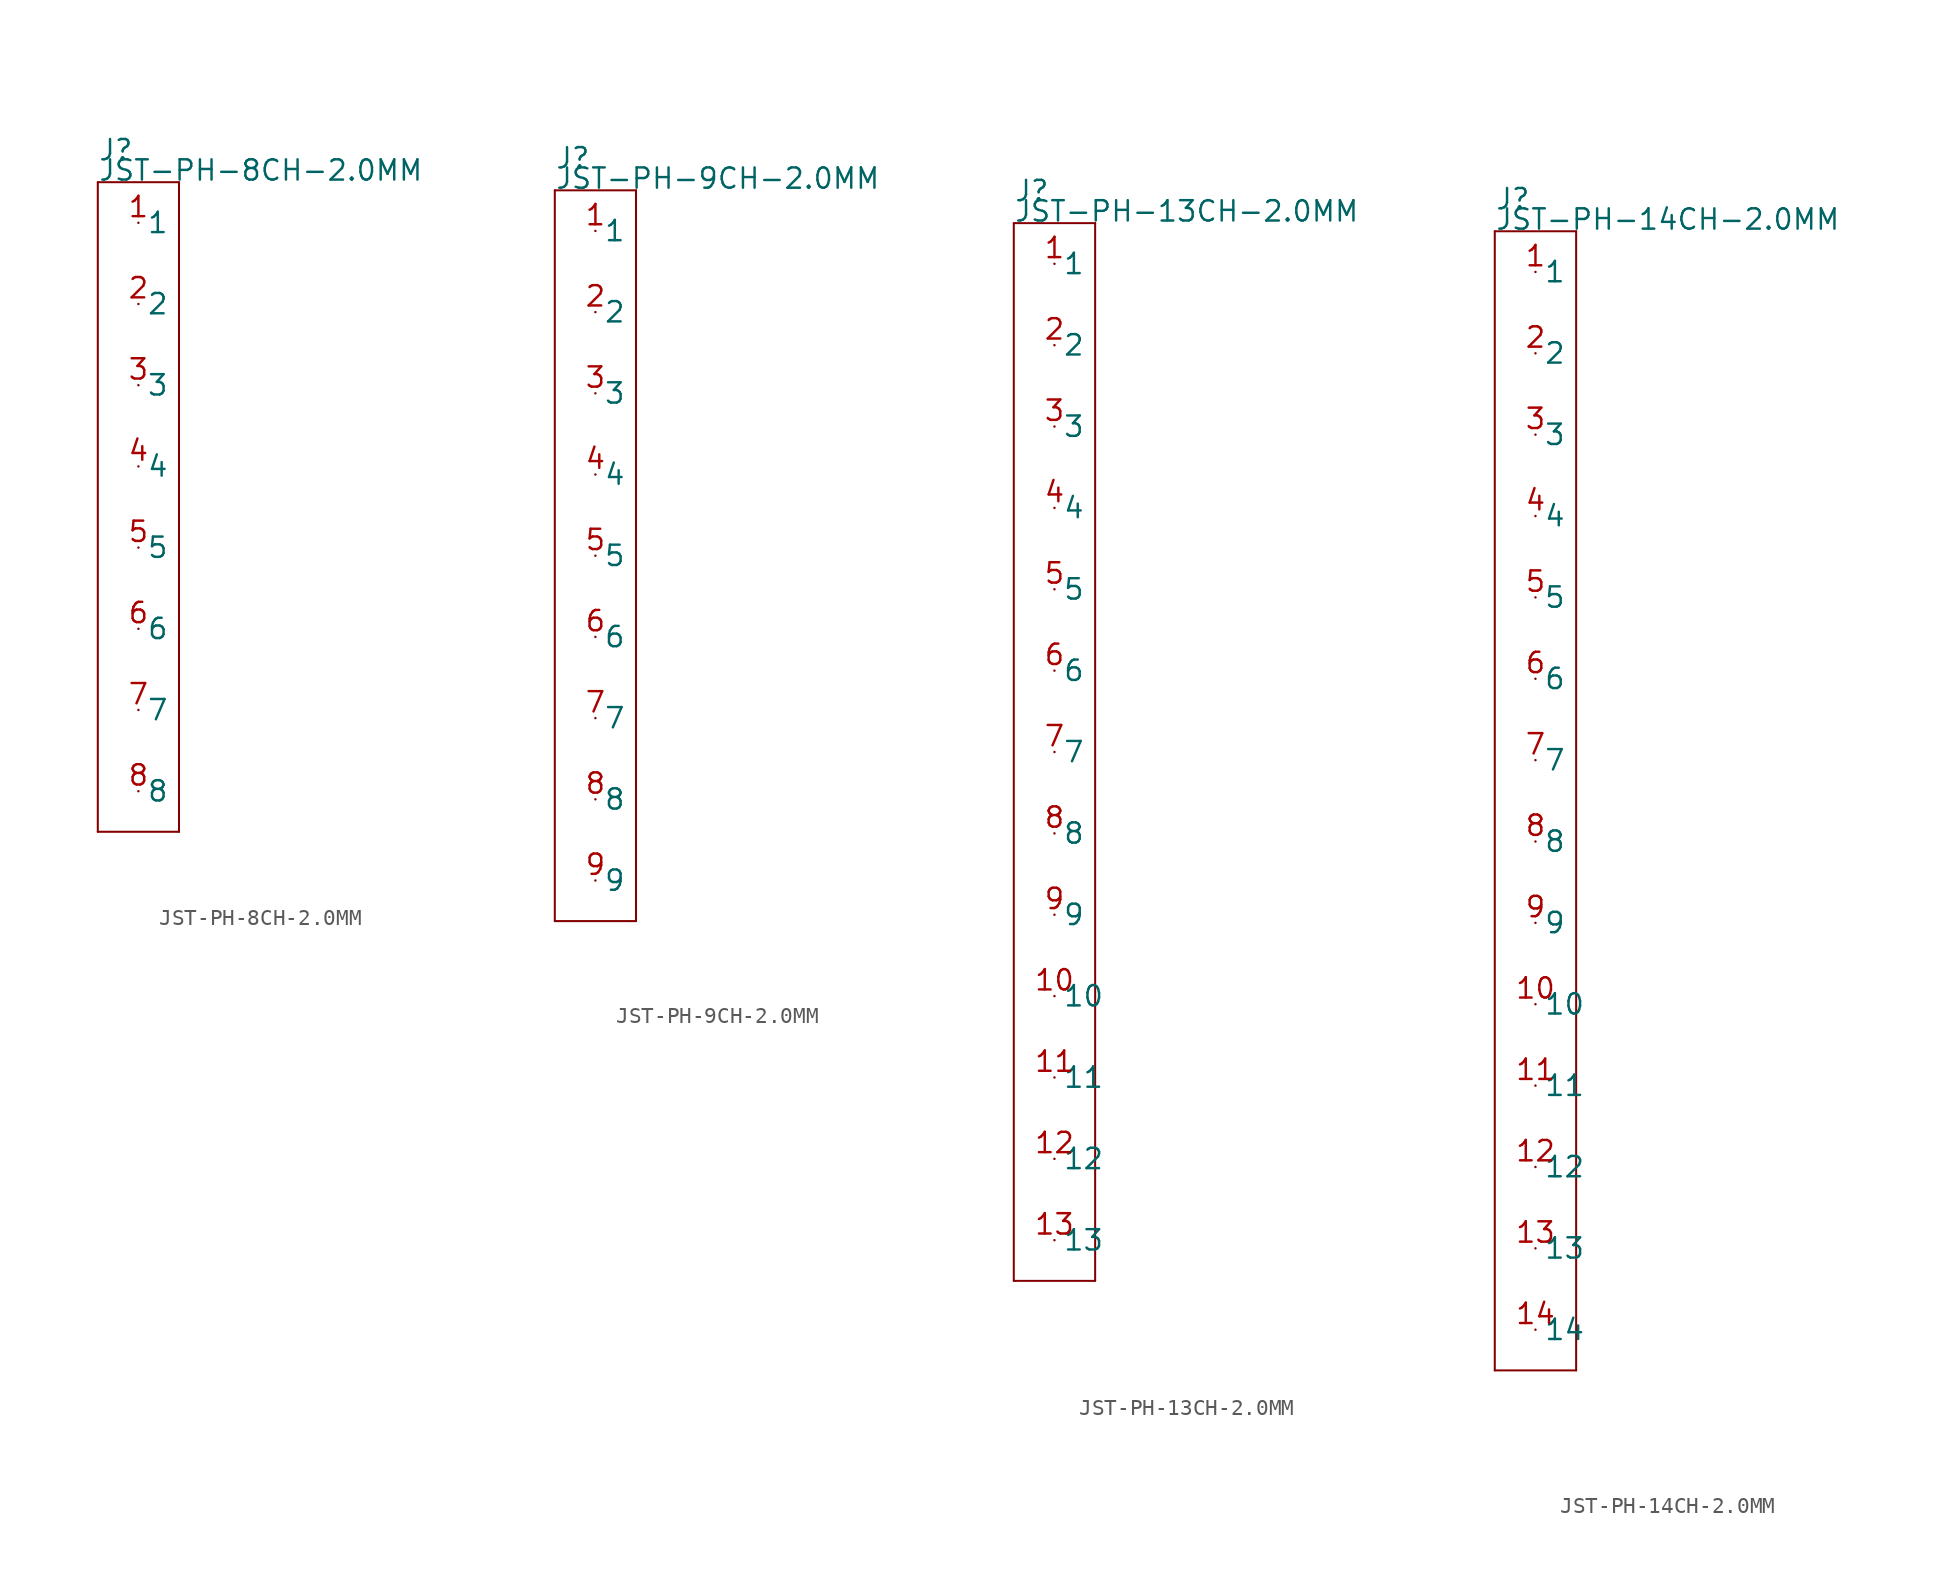
<source format=kicad_sym>
(kicad_symbol_lib
  (version 20211014)
  (generator kicad_symbol_editor)
  (symbol "JST-PH-8CH-2.0MM"
    (pin_names)
    (property "Reference" "J"
      (at -2.54 21.59 0)
      (effects (font (size 1.27 1.27)) (justify left bottom)))
    (property "Value" "JST-PH-8CH-2.0MM"
      (at -2.54 20.32 0)
      (effects (font (size 1.27 1.27)) (justify left bottom)))
    (property "Datasheet" ""
      (at 0 0 0))
    (property "ki_description" " JST 1x8  - Through Hole JST 8POS 2.0MM Technical Specifications: Pitch: 2.0mm "
      (at 0 0 0))
    (property "ki_fp_filters" "FlashPCB_Connectors:JST-B8B-PH-K-THT-VERT-8CH-2.0MM FlashPCB_Connectors:JST-B8B-PH-K-THT-VERT-8CH-2.0MM-NOSILK FlashPCB_Connectors:JST-S8B-PH-K-THT-RA-8CH-2.0MM FlashPCB_Connectors:JST-S8B-PH-K-THT-RA-8CH-2.0MM-NOSILK FlashPCB_Connectors:JST-B8B-PH-K-THT-VERT-8CH-2.0MM-LONG FlashPCB_Connectors:JST-B8B-PH-K-THT-VERT-8CH-2.0MM-LONG-NOSILK FlashPCB_Connectors:JST-S8B-PH-K-THT-RA-8CH-2.0MM-LONG FlashPCB_Connectors:JST-S8B-PH-K-THT-RA-8CH-2.0MM-LONG-NOSILK FlashPCB_Connectors:JST-S8B-PH-SM4-TB-SMT4-RA-8CH-2.0MM FlashPCB_Connectors:JST-S8B-PH-SM4-TB-SMT4-RA-8CH-2.0MM-NOSILK FlashPCB_Connectors:JST-B8B-PH-SM4-TB-SMT-VERT-8CH-2.0MM FlashPCB_Connectors:JST-B8B-PH-SM4-TB-SMT-VERT-8CH-2.0MM-NOSILK"
      (at 0 0 0))
    (symbol "JST-PH-8CH-2.0MM_1_1"
      (polyline (pts (xy -2.54 20.32) (xy 2.54 20.32)) (stroke (width 0.127)) (fill (type none)))
      (polyline (pts (xy 2.54 20.32) (xy 2.54 -20.32)) (stroke (width 0.127)) (fill (type none)))
      (polyline (pts (xy 2.54 -20.32) (xy -2.54 -20.32)) (stroke (width 0.127)) (fill (type none)))
      (polyline (pts (xy -2.54 -20.32) (xy -2.54 20.32)) (stroke (width 0.127)) (fill (type none)))
      (pin bidirectional line (at 0 17.78 0) (length 0) (name "1" (effects (font (size 1.27 1.27)))) (number "1" (effects (font (size 1.27 1.27)))))
      (pin bidirectional line (at 0 12.7 0) (length 0) (name "2" (effects (font (size 1.27 1.27)))) (number "2" (effects (font (size 1.27 1.27)))))
      (pin bidirectional line (at 0 7.62 0) (length 0) (name "3" (effects (font (size 1.27 1.27)))) (number "3" (effects (font (size 1.27 1.27)))))
      (pin bidirectional line (at 0 2.54 0) (length 0) (name "4" (effects (font (size 1.27 1.27)))) (number "4" (effects (font (size 1.27 1.27)))))
      (pin bidirectional line (at 0 -2.54 0) (length 0) (name "5" (effects (font (size 1.27 1.27)))) (number "5" (effects (font (size 1.27 1.27)))))
      (pin bidirectional line (at 0 -7.62 0) (length 0) (name "6" (effects (font (size 1.27 1.27)))) (number "6" (effects (font (size 1.27 1.27)))))
      (pin bidirectional line (at 0 -12.7 0) (length 0) (name "7" (effects (font (size 1.27 1.27)))) (number "7" (effects (font (size 1.27 1.27)))))
      (pin bidirectional line (at 0 -17.78 0) (length 0) (name "8" (effects (font (size 1.27 1.27)))) (number "8" (effects (font (size 1.27 1.27)))))))
  (symbol "JST-PH-9CH-2.0MM"
    (pin_names)
    (property "Reference" "J"
      (at -2.54 24.13 0)
      (effects (font (size 1.27 1.27)) (justify left bottom)))
    (property "Value" "JST-PH-9CH-2.0MM"
      (at -2.54 22.86 0)
      (effects (font (size 1.27 1.27)) (justify left bottom)))
    (property "Datasheet" ""
      (at 0 0 0))
    (property "ki_description" " JST 1x9  - Through Hole JST 9POS 2.0MM Technical Specifications: Pitch: 2.0mm "
      (at 0 0 0))
    (property "ki_fp_filters" "FlashPCB_Connectors:JST-B9B-PH-K-THT-VERT-9CH-2.0MM FlashPCB_Connectors:JST-B9B-PH-K-THT-VERT-9CH-2.0MM-NOSILK FlashPCB_Connectors:JST-S9B-PH-K-THT-RA-9CH-2.0MM FlashPCB_Connectors:JST-S9B-PH-K-THT-RA-9CH-2.0MM-NOSILK FlashPCB_Connectors:JST-B9B-PH-K-THT-VERT-9CH-2.0MM-LONG FlashPCB_Connectors:JST-B9B-PH-K-THT-VERT-9CH-2.0MM-LONG-NOSILK FlashPCB_Connectors:JST-S9B-PH-K-THT-RA-9CH-2.0MM-LONG FlashPCB_Connectors:JST-S9B-PH-K-THT-RA-9CH-2.0MM-LONG-NOSILK FlashPCB_Connectors:JST-S9B-PH-SM4-TB-SMT4-RA-9CH-2.0MM FlashPCB_Connectors:JST-S9B-PH-SM4-TB-SMT4-RA-9CH-2.0MM-NOSILK FlashPCB_Connectors:JST-B9B-PH-SM4-TB-SMT-VERT-9CH-2.0MM FlashPCB_Connectors:JST-B9B-PH-SM4-TB-SMT-VERT-9CH-2.0MM-NOSILK"
      (at 0 0 0))
    (symbol "JST-PH-9CH-2.0MM_1_1"
      (polyline (pts (xy -2.54 22.86) (xy 2.54 22.86)) (stroke (width 0.127)) (fill (type none)))
      (polyline (pts (xy 2.54 22.86) (xy 2.54 -22.86)) (stroke (width 0.127)) (fill (type none)))
      (polyline (pts (xy 2.54 -22.86) (xy -2.54 -22.86)) (stroke (width 0.127)) (fill (type none)))
      (polyline (pts (xy -2.54 -22.86) (xy -2.54 22.86)) (stroke (width 0.127)) (fill (type none)))
      (pin bidirectional line (at 0 20.32 0) (length 0) (name "1" (effects (font (size 1.27 1.27)))) (number "1" (effects (font (size 1.27 1.27)))))
      (pin bidirectional line (at 0 15.24 0) (length 0) (name "2" (effects (font (size 1.27 1.27)))) (number "2" (effects (font (size 1.27 1.27)))))
      (pin bidirectional line (at 0 10.16 0) (length 0) (name "3" (effects (font (size 1.27 1.27)))) (number "3" (effects (font (size 1.27 1.27)))))
      (pin bidirectional line (at 0 5.08 0) (length 0) (name "4" (effects (font (size 1.27 1.27)))) (number "4" (effects (font (size 1.27 1.27)))))
      (pin bidirectional line (at 0 0 0) (length 0) (name "5" (effects (font (size 1.27 1.27)))) (number "5" (effects (font (size 1.27 1.27)))))
      (pin bidirectional line (at 0 -5.08 0) (length 0) (name "6" (effects (font (size 1.27 1.27)))) (number "6" (effects (font (size 1.27 1.27)))))
      (pin bidirectional line (at 0 -10.16 0) (length 0) (name "7" (effects (font (size 1.27 1.27)))) (number "7" (effects (font (size 1.27 1.27)))))
      (pin bidirectional line (at 0 -15.24 0) (length 0) (name "8" (effects (font (size 1.27 1.27)))) (number "8" (effects (font (size 1.27 1.27)))))
      (pin bidirectional line (at 0 -20.32 0) (length 0) (name "9" (effects (font (size 1.27 1.27)))) (number "9" (effects (font (size 1.27 1.27)))))))
  (symbol "JST-PH-13CH-2.0MM"
    (pin_names)
    (property "Reference" "J"
      (at -2.54 34.29 0)
      (effects (font (size 1.27 1.27)) (justify left bottom)))
    (property "Value" "JST-PH-13CH-2.0MM"
      (at -2.54 33.02 0)
      (effects (font (size 1.27 1.27)) (justify left bottom)))
    (property "Datasheet" ""
      (at 0 0 0))
    (property "ki_description" " JST 1x13  - Through Hole JST 13POS 2.0MM Technical Specifications: Pitch: 2.0mm "
      (at 0 0 0))
    (property "ki_fp_filters" "FlashPCB_Connectors:JST-B13B-PH-K-THT-VERT-13CH-2.0MM FlashPCB_Connectors:JST-B13B-PH-K-THT-VERT-13CH-2.0MM-NOSILK FlashPCB_Connectors:JST-S13B-PH-K-THT-RA-13CH-2.0MM FlashPCB_Connectors:JST-S13B-PH-K-THT-RA-13CH-2.0MM-NOSILK FlashPCB_Connectors:JST-B13B-PH-K-THT-VERT-13CH-2.0MM-LONG FlashPCB_Connectors:JST-B13B-PH-K-THT-VERT-13CH-2.0MM-LONG-NOSILK FlashPCB_Connectors:JST-S13B-PH-K-THT-RA-13CH-2.0MM-LONG FlashPCB_Connectors:JST-S13B-PH-K-THT-RA-13CH-2.0MM-LONG-NOSILK FlashPCB_Connectors:JST-S13B-PH-SM4-TB-SMT4-RA-13CH-2.0MM FlashPCB_Connectors:JST-S13B-PH-SM4-TB-SMT4-RA-13CH-2.0MM-NOSILK FlashPCB_Connectors:JST-B13B-PH-SM4-TB-SMT-VERT-13CH-2.0MM FlashPCB_Connectors:JST-B13B-PH-SM4-TB-SMT-VERT-13CH-2.0MM-NOSILK"
      (at 0 0 0))
    (symbol "JST-PH-13CH-2.0MM_1_1"
      (polyline (pts (xy -2.54 33.02) (xy 2.54 33.02)) (stroke (width 0.127)) (fill (type none)))
      (polyline (pts (xy 2.54 33.02) (xy 2.54 -33.02)) (stroke (width 0.127)) (fill (type none)))
      (polyline (pts (xy 2.54 -33.02) (xy -2.54 -33.02)) (stroke (width 0.127)) (fill (type none)))
      (polyline (pts (xy -2.54 -33.02) (xy -2.54 33.02)) (stroke (width 0.127)) (fill (type none)))
      (pin bidirectional line (at 0 30.48 0) (length 0) (name "1" (effects (font (size 1.27 1.27)))) (number "1" (effects (font (size 1.27 1.27)))))
      (pin bidirectional line (at 0 25.4 0) (length 0) (name "2" (effects (font (size 1.27 1.27)))) (number "2" (effects (font (size 1.27 1.27)))))
      (pin bidirectional line (at 0 20.32 0) (length 0) (name "3" (effects (font (size 1.27 1.27)))) (number "3" (effects (font (size 1.27 1.27)))))
      (pin bidirectional line (at 0 15.24 0) (length 0) (name "4" (effects (font (size 1.27 1.27)))) (number "4" (effects (font (size 1.27 1.27)))))
      (pin bidirectional line (at 0 10.16 0) (length 0) (name "5" (effects (font (size 1.27 1.27)))) (number "5" (effects (font (size 1.27 1.27)))))
      (pin bidirectional line (at 0 5.08 0) (length 0) (name "6" (effects (font (size 1.27 1.27)))) (number "6" (effects (font (size 1.27 1.27)))))
      (pin bidirectional line (at 0 0 0) (length 0) (name "7" (effects (font (size 1.27 1.27)))) (number "7" (effects (font (size 1.27 1.27)))))
      (pin bidirectional line (at 0 -5.08 0) (length 0) (name "8" (effects (font (size 1.27 1.27)))) (number "8" (effects (font (size 1.27 1.27)))))
      (pin bidirectional line (at 0 -10.16 0) (length 0) (name "9" (effects (font (size 1.27 1.27)))) (number "9" (effects (font (size 1.27 1.27)))))
      (pin bidirectional line (at 0 -15.24 0) (length 0) (name "10" (effects (font (size 1.27 1.27)))) (number "10" (effects (font (size 1.27 1.27)))))
      (pin bidirectional line (at 0 -20.32 0) (length 0) (name "11" (effects (font (size 1.27 1.27)))) (number "11" (effects (font (size 1.27 1.27)))))
      (pin bidirectional line (at 0 -25.4 0) (length 0) (name "12" (effects (font (size 1.27 1.27)))) (number "12" (effects (font (size 1.27 1.27)))))
      (pin bidirectional line (at 0 -30.48 0) (length 0) (name "13" (effects (font (size 1.27 1.27)))) (number "13" (effects (font (size 1.27 1.27)))))))
  (symbol "JST-PH-14CH-2.0MM"
    (pin_names)
    (property "Reference" "J"
      (at -2.54 36.83 0)
      (effects (font (size 1.27 1.27)) (justify left bottom)))
    (property "Value" "JST-PH-14CH-2.0MM"
      (at -2.54 35.56 0)
      (effects (font (size 1.27 1.27)) (justify left bottom)))
    (property "Datasheet" ""
      (at 0 0 0))
    (property "ki_description" " JST 1x14  - Through Hole JST 14POS 2.0MM Technical Specifications: Pitch: 2.0mm "
      (at 0 0 0))
    (property "ki_fp_filters" "FlashPCB_Connectors:JST-B14B-PH-K-THT-VERT-14CH-2.0MM FlashPCB_Connectors:JST-B14B-PH-K-THT-VERT-14CH-2.0MM-NOSILK FlashPCB_Connectors:JST-S14B-PH-K-THT-RA-14CH-2.0MM FlashPCB_Connectors:JST-S14B-PH-K-THT-RA-14CH-2.0MM-NOSILK FlashPCB_Connectors:JST-B14B-PH-K-THT-VERT-14CH-2.0MM-LONG FlashPCB_Connectors:JST-B14B-PH-K-THT-VERT-14CH-2.0MM-LONG-NOSILK FlashPCB_Connectors:JST-S14B-PH-K-THT-RA-14CH-2.0MM-LONG FlashPCB_Connectors:JST-S14B-PH-K-THT-RA-14CH-2.0MM-LONG-NOSILK FlashPCB_Connectors:JST-S14B-PH-SM4-TB-SMT4-RA-14CH-2.0MM FlashPCB_Connectors:JST-S14B-PH-SM4-TB-SMT4-RA-14CH-2.0MM-NOSILK FlashPCB_Connectors:JST-B14B-PH-SM4-TB-SMT-VERT-14CH-2.0MM FlashPCB_Connectors:JST-B14B-PH-SM4-TB-SMT-VERT-14CH-2.0MM-NOSILK"
      (at 0 0 0))
    (symbol "JST-PH-14CH-2.0MM_1_1"
      (polyline (pts (xy -2.54 35.56) (xy 2.54 35.56)) (stroke (width 0.127)) (fill (type none)))
      (polyline (pts (xy 2.54 35.56) (xy 2.54 -35.56)) (stroke (width 0.127)) (fill (type none)))
      (polyline (pts (xy 2.54 -35.56) (xy -2.54 -35.56)) (stroke (width 0.127)) (fill (type none)))
      (polyline (pts (xy -2.54 -35.56) (xy -2.54 35.56)) (stroke (width 0.127)) (fill (type none)))
      (pin bidirectional line (at 0 33.02 0) (length 0) (name "1" (effects (font (size 1.27 1.27)))) (number "1" (effects (font (size 1.27 1.27)))))
      (pin bidirectional line (at 0 27.94 0) (length 0) (name "2" (effects (font (size 1.27 1.27)))) (number "2" (effects (font (size 1.27 1.27)))))
      (pin bidirectional line (at 0 22.86 0) (length 0) (name "3" (effects (font (size 1.27 1.27)))) (number "3" (effects (font (size 1.27 1.27)))))
      (pin bidirectional line (at 0 17.78 0) (length 0) (name "4" (effects (font (size 1.27 1.27)))) (number "4" (effects (font (size 1.27 1.27)))))
      (pin bidirectional line (at 0 12.7 0) (length 0) (name "5" (effects (font (size 1.27 1.27)))) (number "5" (effects (font (size 1.27 1.27)))))
      (pin bidirectional line (at 0 7.62 0) (length 0) (name "6" (effects (font (size 1.27 1.27)))) (number "6" (effects (font (size 1.27 1.27)))))
      (pin bidirectional line (at 0 2.54 0) (length 0) (name "7" (effects (font (size 1.27 1.27)))) (number "7" (effects (font (size 1.27 1.27)))))
      (pin bidirectional line (at 0 -2.54 0) (length 0) (name "8" (effects (font (size 1.27 1.27)))) (number "8" (effects (font (size 1.27 1.27)))))
      (pin bidirectional line (at 0 -7.62 0) (length 0) (name "9" (effects (font (size 1.27 1.27)))) (number "9" (effects (font (size 1.27 1.27)))))
      (pin bidirectional line (at 0 -12.7 0) (length 0) (name "10" (effects (font (size 1.27 1.27)))) (number "10" (effects (font (size 1.27 1.27)))))
      (pin bidirectional line (at 0 -17.78 0) (length 0) (name "11" (effects (font (size 1.27 1.27)))) (number "11" (effects (font (size 1.27 1.27)))))
      (pin bidirectional line (at 0 -22.86 0) (length 0) (name "12" (effects (font (size 1.27 1.27)))) (number "12" (effects (font (size 1.27 1.27)))))
      (pin bidirectional line (at 0 -27.94 0) (length 0) (name "13" (effects (font (size 1.27 1.27)))) (number "13" (effects (font (size 1.27 1.27)))))
      (pin bidirectional line (at 0 -33.02 0) (length 0) (name "14" (effects (font (size 1.27 1.27)))) (number "14" (effects (font (size 1.27 1.27))))))))
</source>
